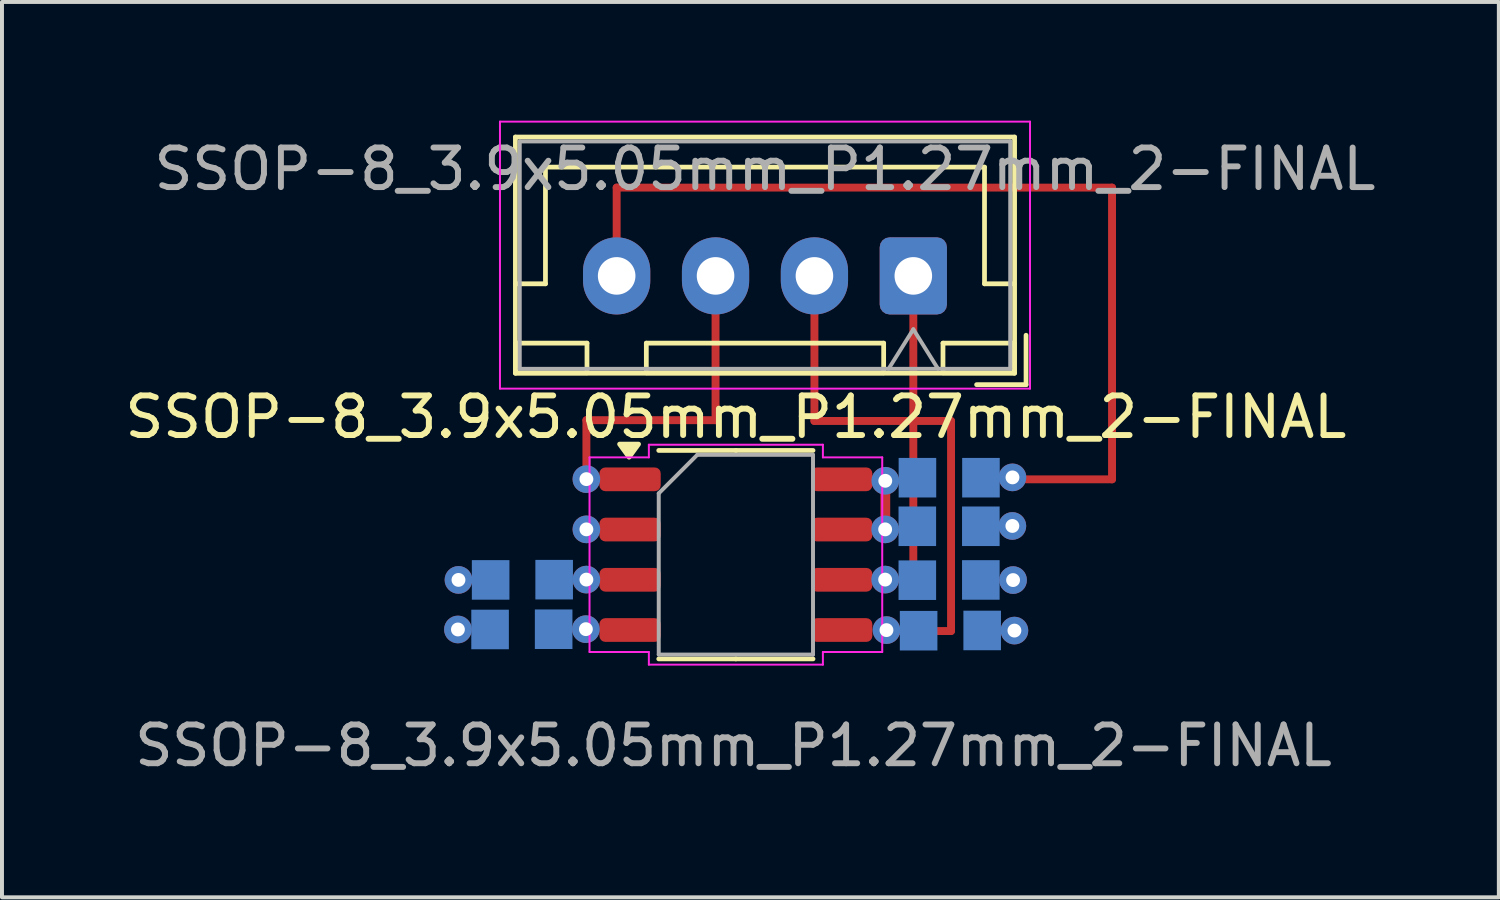
<source format=kicad_pcb>
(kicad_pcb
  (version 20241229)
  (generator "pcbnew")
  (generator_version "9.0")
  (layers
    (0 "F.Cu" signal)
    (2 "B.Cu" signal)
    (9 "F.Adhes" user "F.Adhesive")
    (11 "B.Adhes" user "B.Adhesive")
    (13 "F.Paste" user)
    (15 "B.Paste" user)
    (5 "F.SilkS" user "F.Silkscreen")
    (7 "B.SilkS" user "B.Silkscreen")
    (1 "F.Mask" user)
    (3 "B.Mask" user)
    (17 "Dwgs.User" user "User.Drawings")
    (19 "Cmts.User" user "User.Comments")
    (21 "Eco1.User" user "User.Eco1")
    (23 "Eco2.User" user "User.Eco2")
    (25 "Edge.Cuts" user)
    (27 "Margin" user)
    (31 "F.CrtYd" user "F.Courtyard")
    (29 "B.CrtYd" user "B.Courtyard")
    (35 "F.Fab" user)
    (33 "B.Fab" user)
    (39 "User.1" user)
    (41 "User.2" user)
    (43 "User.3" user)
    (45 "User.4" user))
  (footprint "SSOP-8_3.9x5.05mm_P1.27mm_2-FINAL"
    (layer "F.Cu")
    (at 15.554 10.973)
    (property "Reference" "SSOP-8_3.9x5.05mm_P1.27mm_2-FINAL" (at 0 -3.48 0) (layer "F.SilkS") (effects (font (size 1 1) (thickness 0.15))))
    (attr through_hole)
    (fp_line (start -3.779 -3.4) (end -3.779 -2.26) (stroke (width 0.2) (type default)) (layer "F.Cu"))
    (fp_line (start -3.014 -9.28) (end 9.51 -9.28) (stroke (width 0.2) (type default)) (layer "F.Cu"))
    (fp_line (start -3.014 -8.023) (end -3.014 -9.28) (stroke (width 0.2) (type default)) (layer "F.Cu"))
    (fp_line (start -0.514 -6.573) (end -0.514 -3.4) (stroke (width 0.2) (type default)) (layer "F.Cu"))
    (fp_line (start -0.514 -3.4) (end -3.779 -3.4) (stroke (width 0.2) (type default)) (layer "F.Cu"))
    (fp_line (start 1.986 -7.048) (end 1.986 -3.38) (stroke (width 0.2) (type default)) (layer "F.Cu"))
    (fp_line (start 1.986 -3.38) (end 5.44 -3.38) (stroke (width 0.2) (type default)) (layer "F.Cu"))
    (fp_line (start 3.777 -1.693) (end 3.777 -0.815) (stroke (width 0.25) (type solid)) (layer "F.Cu"))
    (fp_line (start 4.486 -7.048) (end 4.486 0.635) (stroke (width 0.2) (type default)) (layer "F.Cu"))
    (fp_line (start 4.486 0.635) (end 4.178 0.635) (stroke (width 0.2) (type default)) (layer "F.Cu"))
    (fp_line (start 5.44 -3.38) (end 5.44 1.93) (stroke (width 0.2) (type default)) (layer "F.Cu"))
    (fp_line (start 5.44 1.93) (end 4.124 1.93) (stroke (width 0.2) (type default)) (layer "F.Cu"))
    (fp_line (start 9.51 -9.28) (end 9.51 -1.905) (stroke (width 0.2) (type default)) (layer "F.Cu"))
    (fp_line (start 9.51 -1.905) (end 7.343 -1.905) (stroke (width 0.2) (type default)) (layer "F.Cu"))
    (fp_line (start -5.574 -10.558) (end -5.574 -4.588) (stroke (width 0.12) (type solid)) (layer "F.SilkS"))
    (fp_line (start -5.574 -4.588) (end 7.046 -4.588) (stroke (width 0.12) (type solid)) (layer "F.SilkS"))
    (fp_line (start -5.564 -6.848) (end -4.814 -6.848) (stroke (width 0.12) (type solid)) (layer "F.SilkS"))
    (fp_line (start -5.564 -5.348) (end -5.564 -4.598) (stroke (width 0.12) (type solid)) (layer "F.SilkS"))
    (fp_line (start -5.564 -4.598) (end -3.764 -4.598) (stroke (width 0.12) (type solid)) (layer "F.SilkS"))
    (fp_line (start -4.814 -9.798) (end 0.736 -9.798) (stroke (width 0.12) (type solid)) (layer "F.SilkS"))
    (fp_line (start -4.814 -6.848) (end -4.814 -9.798) (stroke (width 0.12) (type solid)) (layer "F.SilkS"))
    (fp_line (start -3.764 -5.348) (end -5.564 -5.348) (stroke (width 0.12) (type solid)) (layer "F.SilkS"))
    (fp_line (start -3.764 -4.598) (end -3.764 -5.348) (stroke (width 0.12) (type solid)) (layer "F.SilkS"))
    (fp_line (start -2.264 -5.348) (end -2.264 -4.598) (stroke (width 0.12) (type solid)) (layer "F.SilkS"))
    (fp_line (start -2.264 -4.598) (end 3.736 -4.598) (stroke (width 0.12) (type solid)) (layer "F.SilkS"))
    (fp_line (start 0 -2.635) (end -1.95 -2.635) (stroke (width 0.12) (type solid)) (layer "F.SilkS"))
    (fp_line (start 0 -2.635) (end 1.95 -2.635) (stroke (width 0.12) (type solid)) (layer "F.SilkS"))
    (fp_line (start 0 2.635) (end -1.95 2.635) (stroke (width 0.12) (type solid)) (layer "F.SilkS"))
    (fp_line (start 0 2.635) (end 1.95 2.635) (stroke (width 0.12) (type solid)) (layer "F.SilkS"))
    (fp_line (start 3.736 -5.348) (end -2.264 -5.348) (stroke (width 0.12) (type solid)) (layer "F.SilkS"))
    (fp_line (start 3.736 -4.598) (end 3.736 -5.348) (stroke (width 0.12) (type solid)) (layer "F.SilkS"))
    (fp_line (start 5.236 -5.348) (end 5.236 -4.598) (stroke (width 0.12) (type solid)) (layer "F.SilkS"))
    (fp_line (start 5.236 -4.598) (end 7.036 -4.598) (stroke (width 0.12) (type solid)) (layer "F.SilkS"))
    (fp_line (start 6.086 -4.298) (end 7.336 -4.298) (stroke (width 0.12) (type solid)) (layer "F.SilkS"))
    (fp_line (start 6.286 -9.798) (end 0.736 -9.798) (stroke (width 0.12) (type solid)) (layer "F.SilkS"))
    (fp_line (start 6.286 -6.848) (end 6.286 -9.798) (stroke (width 0.12) (type solid)) (layer "F.SilkS"))
    (fp_line (start 7.036 -6.848) (end 6.286 -6.848) (stroke (width 0.12) (type solid)) (layer "F.SilkS"))
    (fp_line (start 7.036 -5.348) (end 5.236 -5.348) (stroke (width 0.12) (type solid)) (layer "F.SilkS"))
    (fp_line (start 7.036 -4.598) (end 7.036 -5.348) (stroke (width 0.12) (type solid)) (layer "F.SilkS"))
    (fp_line (start 7.046 -10.558) (end -5.574 -10.558) (stroke (width 0.12) (type solid)) (layer "F.SilkS"))
    (fp_line (start 7.046 -4.588) (end 7.046 -10.558) (stroke (width 0.12) (type solid)) (layer "F.SilkS"))
    (fp_line (start 7.336 -4.298) (end 7.336 -5.548) (stroke (width 0.12) (type solid)) (layer "F.SilkS"))
    (fp_poly (pts (xy -2.7 -2.465) (xy -2.94 -2.795) (xy -2.46 -2.795)) (stroke (width 0.12) (type solid)) (fill yes) (layer "F.SilkS"))
    (fp_line (start -5.964 -10.948) (end -5.964 -4.198) (stroke (width 0.05) (type solid)) (layer "F.CrtYd"))
    (fp_line (start -5.964 -4.198) (end 7.436 -4.198) (stroke (width 0.05) (type solid)) (layer "F.CrtYd"))
    (fp_line (start -3.7 -2.46) (end -2.2 -2.46) (stroke (width 0.05) (type solid)) (layer "F.CrtYd"))
    (fp_line (start -3.7 2.46) (end -3.7 -2.46) (stroke (width 0.05) (type solid)) (layer "F.CrtYd"))
    (fp_line (start -2.2 -2.78) (end 2.2 -2.78) (stroke (width 0.05) (type solid)) (layer "F.CrtYd"))
    (fp_line (start -2.2 -2.46) (end -2.2 -2.78) (stroke (width 0.05) (type solid)) (layer "F.CrtYd"))
    (fp_line (start -2.2 2.46) (end -3.7 2.46) (stroke (width 0.05) (type solid)) (layer "F.CrtYd"))
    (fp_line (start -2.2 2.78) (end -2.2 2.46) (stroke (width 0.05) (type solid)) (layer "F.CrtYd"))
    (fp_line (start 2.2 -2.78) (end 2.2 -2.46) (stroke (width 0.05) (type solid)) (layer "F.CrtYd"))
    (fp_line (start 2.2 -2.46) (end 3.7 -2.46) (stroke (width 0.05) (type solid)) (layer "F.CrtYd"))
    (fp_line (start 2.2 2.46) (end 2.2 2.78) (stroke (width 0.05) (type solid)) (layer "F.CrtYd"))
    (fp_line (start 2.2 2.78) (end -2.2 2.78) (stroke (width 0.05) (type solid)) (layer "F.CrtYd"))
    (fp_line (start 3.7 -2.46) (end 3.7 2.46) (stroke (width 0.05) (type solid)) (layer "F.CrtYd"))
    (fp_line (start 3.7 2.46) (end 2.2 2.46) (stroke (width 0.05) (type solid)) (layer "F.CrtYd"))
    (fp_line (start 7.436 -10.948) (end -5.964 -10.948) (stroke (width 0.05) (type solid)) (layer "F.CrtYd"))
    (fp_line (start 7.436 -4.198) (end 7.436 -10.948) (stroke (width 0.05) (type solid)) (layer "F.CrtYd"))
    (fp_line (start -5.464 -10.448) (end -5.464 -4.698) (stroke (width 0.1) (type solid)) (layer "F.Fab"))
    (fp_line (start -5.464 -4.698) (end 6.936 -4.698) (stroke (width 0.1) (type solid)) (layer "F.Fab"))
    (fp_line (start -1.95 -1.55) (end -0.975 -2.525) (stroke (width 0.1) (type solid)) (layer "F.Fab"))
    (fp_line (start -1.95 2.525) (end -1.95 -1.55) (stroke (width 0.1) (type solid)) (layer "F.Fab"))
    (fp_line (start -0.975 -2.525) (end 1.95 -2.525) (stroke (width 0.1) (type solid)) (layer "F.Fab"))
    (fp_line (start 1.95 -2.525) (end 1.95 2.525) (stroke (width 0.1) (type solid)) (layer "F.Fab"))
    (fp_line (start 1.95 2.525) (end -1.95 2.525) (stroke (width 0.1) (type solid)) (layer "F.Fab"))
    (fp_line (start 4.486 -5.698) (end 3.861 -4.698) (stroke (width 0.1) (type solid)) (layer "F.Fab"))
    (fp_line (start 5.111 -4.698) (end 4.486 -5.698) (stroke (width 0.1) (type solid)) (layer "F.Fab"))
    (fp_line (start 6.936 -10.448) (end -5.464 -10.448) (stroke (width 0.1) (type solid)) (layer "F.Fab"))
    (fp_line (start 6.936 -4.698) (end 6.936 -10.448) (stroke (width 0.1) (type solid)) (layer "F.Fab"))
    (fp_text user "${REFERENCE}" (at -0.06 4.827 0) (layer "F.Fab") (effects (font (size 0.98 0.98) (thickness 0.15))))
    (fp_text user "${REFERENCE}" (at 0.736 -9.748 180) (layer "F.Fab") (effects (font (size 1 1) (thickness 0.15))))
    (pad "1" thru_hole circle (at -3.779 -1.91) (size 0.7 0.7) (drill 0.35) (layers "*.Cu" "*.Mask"))
    (pad "1" smd roundrect (at -2.675 -1.905) (size 1.55 0.6) (layers "F.Cu" "F.Mask" "F.Paste") (roundrect_rratio 0.25))
    (pad "1" thru_hole roundrect (at 4.486 -7.048 180) (size 1.7 1.95) (drill 0.95) (layers "*.Cu" "*.Mask") (roundrect_rratio 0.147))
    (pad "2" thru_hole circle (at -3.779 -0.64) (size 0.7 0.7) (drill 0.35) (layers "*.Cu" "*.Mask"))
    (pad "2" smd roundrect (at -2.675 -0.635) (size 1.55 0.6) (layers "F.Cu" "F.Mask" "F.Paste") (roundrect_rratio 0.25))
    (pad "2" thru_hole oval (at 1.986 -7.048 180) (size 1.7 1.95) (drill 0.95) (layers "*.Cu" "*.Mask"))
    (pad "3" smd rect (at -4.594 0.632) (size 0.95 1) (layers "B.Cu" "B.Mask"))
    (pad "3" thru_hole circle (at -3.779 0.63) (size 0.7 0.7) (drill 0.35) (layers "*.Cu" "*.Mask"))
    (pad "3" smd roundrect (at -2.675 0.635) (size 1.55 0.6) (layers "F.Cu" "F.Mask" "F.Paste") (roundrect_rratio 0.25))
    (pad "3" thru_hole oval (at -0.514 -7.048 180) (size 1.7 1.95) (drill 0.95) (layers "*.Cu" "*.Mask"))
    (pad "4" thru_hole circle (at -3.792 1.883) (size 0.7 0.7) (drill 0.35) (layers "*.Cu" "*.Mask"))
    (pad "4" thru_hole oval (at -3.014 -7.048 180) (size 1.7 1.95) (drill 0.95) (layers "*.Cu" "*.Mask"))
    (pad "4" smd roundrect (at -2.675 1.905) (size 1.55 0.6) (layers "F.Cu" "F.Mask" "F.Paste") (roundrect_rratio 0.25))
    (pad "5" smd roundrect (at 2.675 1.905) (size 1.55 0.6) (layers "F.Cu" "F.Mask" "F.Paste") (roundrect_rratio 0.25))
    (pad "6" smd roundrect (at 2.675 0.635) (size 1.55 0.6) (layers "F.Cu" "F.Mask" "F.Paste") (roundrect_rratio 0.25))
    (pad "6" thru_hole circle (at 3.774 0.63) (size 0.7 0.7) (drill 0.35) (layers "*.Cu" "*.Mask"))
    (pad "6" thru_hole circle (at 3.807 1.907) (size 0.7 0.7) (drill 0.35) (layers "*.Cu" "*.Mask"))
    (pad "6" smd rect (at 4.587 0.645) (size 0.95 1) (layers "B.Cu" "B.Mask"))
    (pad "6" smd rect (at 4.62 1.922) (size 0.95 1) (layers "B.Cu" "B.Mask"))
    (pad "7" smd roundrect (at 2.675 -0.635) (size 1.55 0.6) (layers "F.Cu" "F.Mask" "F.Paste") (roundrect_rratio 0.25))
    (pad "7" thru_hole circle (at 3.774 -0.64) (size 0.7 0.7) (drill 0.35) (layers "*.Cu" "*.Mask"))
    (pad "7" smd rect (at 4.587 -0.718) (size 0.95 1) (layers "B.Cu" "B.Mask"))
    (pad "8" smd roundrect (at 2.675 -1.905) (size 1.55 0.6) (layers "F.Cu" "F.Mask" "F.Paste") (roundrect_rratio 0.25))
    (pad "8" thru_hole circle (at 3.777 -1.868) (size 0.7 0.7) (drill 0.35) (layers "*.Cu" "*.Mask"))
    (pad "8" smd rect (at 4.59 -1.946) (size 0.95 1) (layers "B.Cu" "B.Mask"))
    (pad "9" thru_hole circle (at -7.027 1.891) (size 0.7 0.7) (drill 0.35) (layers "*.Cu" "*.Mask"))
    (pad "9" thru_hole circle (at -7.013 0.638) (size 0.7 0.7) (drill 0.35) (layers "*.Cu" "*.Mask"))
    (pad "9" smd rect (at -6.2 0.638) (size 0.95 1) (layers "B.Cu" "B.Mask"))
    (pad "10" smd rect (at -6.214 1.891) (size 0.95 1) (layers "B.Cu" "B.Mask"))
    (pad "10" smd rect (at -4.607 1.885) (size 0.95 1) (layers "B.Cu" "B.Mask"))
    (pad "12" smd rect (at 6.193 0.639) (size 0.95 1) (layers "B.Cu" "B.Mask"))
    (pad "12" smd rect (at 6.227 1.916) (size 0.95 1) (layers "B.Cu" "B.Mask"))
    (pad "12" thru_hole circle (at 7.008 0.642) (size 0.7 0.7) (drill 0.35) (layers "*.Cu" "*.Mask"))
    (pad "12" thru_hole circle (at 7.042 1.919) (size 0.7 0.7) (drill 0.35) (layers "*.Cu" "*.Mask"))
    (pad "13" smd rect (at 6.193 -0.718) (size 0.95 1) (layers "B.Cu" "B.Mask"))
    (pad "13" thru_hole circle (at 6.99 -0.726) (size 0.7 0.7) (drill 0.35) (layers "*.Cu" "*.Mask"))
    (pad "14" smd rect (at 6.196 -1.946) (size 0.95 1) (layers "B.Cu" "B.Mask"))
    (pad "14" thru_hole circle (at 6.993 -1.954) (size 0.7 0.7) (drill 0.35) (layers "*.Cu" "*.Mask")))
  (gr_rect
    (start -3 -3)
    (end 34.843 19.636)
    (stroke (width 0.1) (type default))
    (fill no)
    (layer "Edge.Cuts")))
</source>
